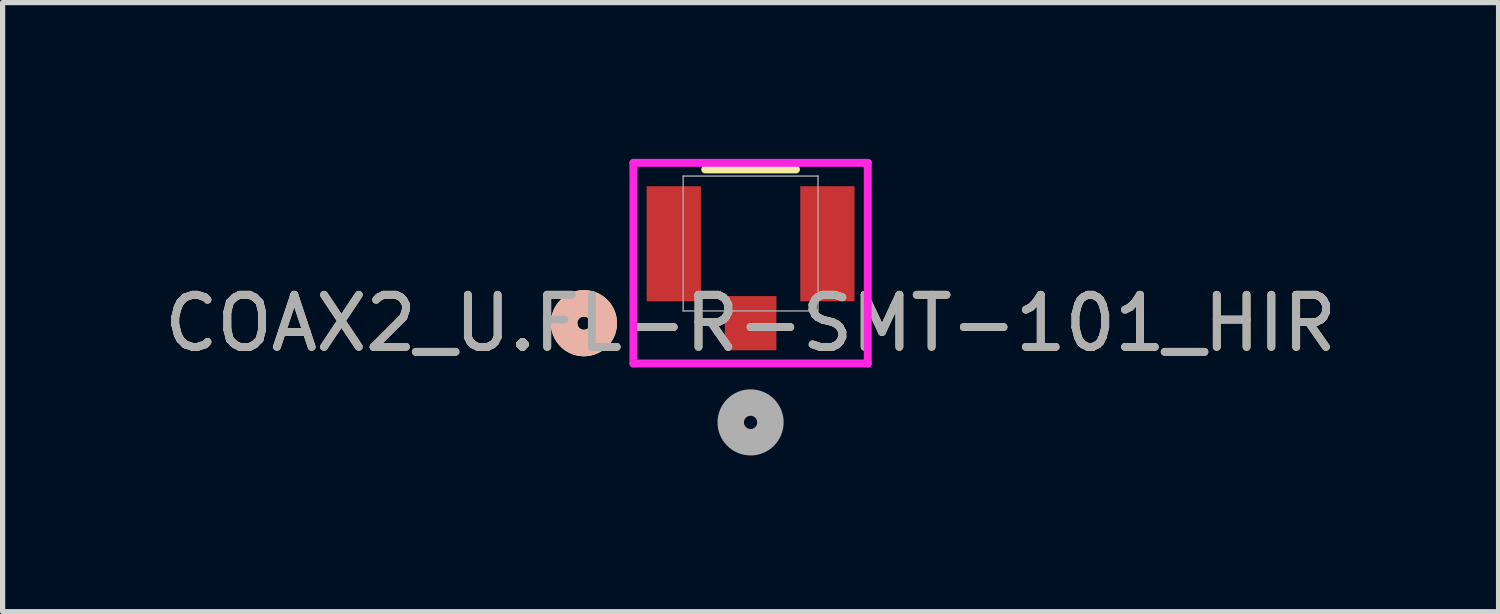
<source format=kicad_pcb>
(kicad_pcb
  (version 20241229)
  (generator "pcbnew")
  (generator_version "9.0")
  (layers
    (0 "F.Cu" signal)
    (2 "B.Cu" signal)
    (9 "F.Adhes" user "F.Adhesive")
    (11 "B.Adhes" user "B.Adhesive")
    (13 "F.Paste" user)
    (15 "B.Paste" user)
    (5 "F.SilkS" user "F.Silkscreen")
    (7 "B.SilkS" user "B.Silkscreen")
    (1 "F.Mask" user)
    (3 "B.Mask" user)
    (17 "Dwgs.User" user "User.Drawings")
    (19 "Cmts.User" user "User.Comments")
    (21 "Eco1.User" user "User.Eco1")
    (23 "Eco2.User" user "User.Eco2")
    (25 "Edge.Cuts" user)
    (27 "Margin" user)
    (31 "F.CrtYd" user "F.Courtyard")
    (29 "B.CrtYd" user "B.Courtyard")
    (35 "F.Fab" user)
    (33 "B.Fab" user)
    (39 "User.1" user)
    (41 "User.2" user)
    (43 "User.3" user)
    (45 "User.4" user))
  (footprint "COAX2_U.FL-R-SMT-101_HIR"
    (layer "F.Cu")
    (at 11.363 1.626)
    (property "Reference" "COAX2_U.FL-R-SMT-101_HIR" (at 0 1.53 0) (unlocked yes) (layer "F.SilkS") (effects (font (size 1 1) (thickness 0.15))))
    (attr smd)
    (fp_line (start 0.871 -1.422) (end -0.871 -1.422) (stroke (width 0.152) (type solid)) (layer "F.SilkS"))
    (fp_circle (center -3.2 1.53) (end -2.819 1.53) (stroke (width 0.508) (type solid)) (fill no) (layer "F.SilkS"))
    (fp_circle (center -3.2 1.53) (end -2.819 1.53) (stroke (width 0.508) (type solid)) (fill no) (layer "B.SilkS"))
    (fp_line (start -2.25 -1.549) (end -2.25 2.304) (stroke (width 0.152) (type solid)) (layer "F.CrtYd"))
    (fp_line (start -2.25 2.304) (end 2.25 2.304) (stroke (width 0.152) (type solid)) (layer "F.CrtYd"))
    (fp_line (start 2.25 -1.549) (end -2.25 -1.549) (stroke (width 0.152) (type solid)) (layer "F.CrtYd"))
    (fp_line (start 2.25 2.304) (end 2.25 -1.549) (stroke (width 0.152) (type solid)) (layer "F.CrtYd"))
    (fp_line (start -1.295 -1.295) (end -1.295 1.295) (stroke (width 0.025) (type solid)) (layer "F.Fab"))
    (fp_line (start -1.295 1.295) (end 1.295 1.295) (stroke (width 0.025) (type solid)) (layer "F.Fab"))
    (fp_line (start 1.295 -1.295) (end -1.295 -1.295) (stroke (width 0.025) (type solid)) (layer "F.Fab"))
    (fp_line (start 1.295 1.295) (end 1.295 -1.295) (stroke (width 0.025) (type solid)) (layer "F.Fab"))
    (fp_circle (center 0 3.435) (end 0.381 3.435) (stroke (width 0.508) (type solid)) (fill no) (layer "F.Fab"))
    (fp_text user "${REFERENCE}" (at 0 1.53 0) (unlocked yes) (layer "F.Fab") (effects (font (size 1 1) (thickness 0.15))))
    (pad "1" smd rect (at 0 1.53) (size 0.991 1.041) (layers "F.Cu" "F.Mask" "F.Paste"))
    (pad "2" smd rect (at -1.475 0.005) (size 1.041 2.21) (layers "F.Cu" "F.Mask" "F.Paste"))
    (pad "3" smd rect (at 1.475 0.005) (size 1.041 2.21) (layers "F.Cu" "F.Mask" "F.Paste")))
  (gr_rect
    (start -3 -3)
    (end 25.726 8.695)
    (stroke (width 0.1) (type default))
    (fill no)
    (layer "Edge.Cuts")))
</source>
